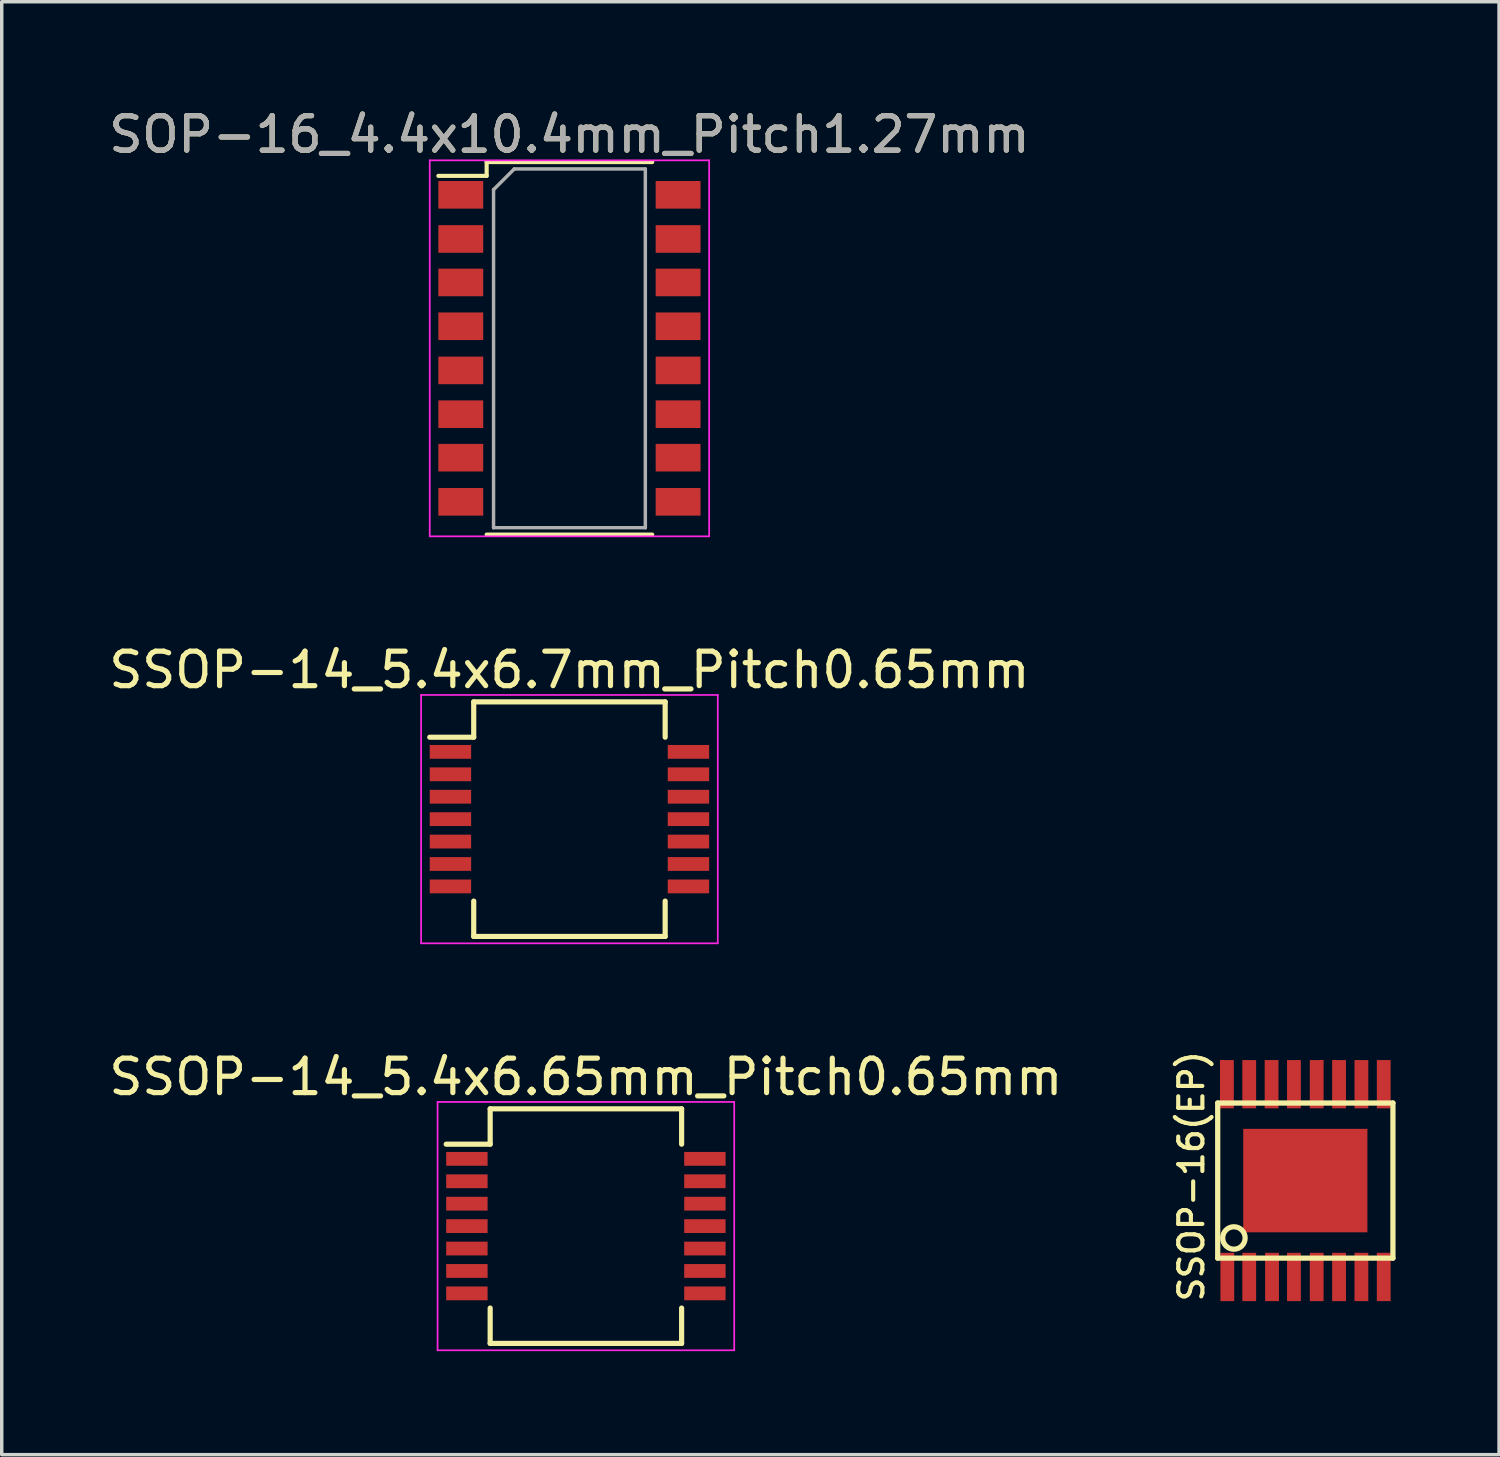
<source format=kicad_pcb>
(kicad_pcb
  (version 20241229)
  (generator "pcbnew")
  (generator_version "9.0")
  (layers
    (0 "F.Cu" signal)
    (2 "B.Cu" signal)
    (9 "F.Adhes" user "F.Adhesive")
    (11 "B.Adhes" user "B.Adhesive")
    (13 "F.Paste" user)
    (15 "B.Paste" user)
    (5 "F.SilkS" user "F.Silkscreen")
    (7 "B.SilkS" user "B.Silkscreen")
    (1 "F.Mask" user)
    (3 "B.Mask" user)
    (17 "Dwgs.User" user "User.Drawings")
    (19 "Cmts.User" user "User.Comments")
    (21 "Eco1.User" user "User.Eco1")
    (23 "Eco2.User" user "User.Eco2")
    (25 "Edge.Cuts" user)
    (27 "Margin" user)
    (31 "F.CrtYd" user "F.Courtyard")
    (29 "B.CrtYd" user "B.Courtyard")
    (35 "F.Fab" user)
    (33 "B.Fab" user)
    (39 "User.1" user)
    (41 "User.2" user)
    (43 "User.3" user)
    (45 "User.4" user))
  (footprint "SSOP-14_5.4x6.7mm_Pitch0.65mm"
    (layer "F.Cu")
    (at 13.458 20.697)
    (property "Reference" "SSOP-14_5.4x6.7mm_Pitch0.65mm" (at 0 -4.325 0) (layer "F.SilkS") (effects (font (size 1 1) (thickness 0.15))))
    (attr smd)
    (fp_line (start -2.775 -3.4) (end -2.775 -2.375) (stroke (width 0.15) (type solid)) (layer "F.SilkS"))
    (fp_line (start -2.775 -3.4) (end 2.775 -3.4) (stroke (width 0.15) (type solid)) (layer "F.SilkS"))
    (fp_line (start -2.775 -2.375) (end -4.05 -2.375) (stroke (width 0.15) (type solid)) (layer "F.SilkS"))
    (fp_line (start -2.775 3.4) (end -2.775 2.375) (stroke (width 0.15) (type solid)) (layer "F.SilkS"))
    (fp_line (start -2.775 3.4) (end 2.775 3.4) (stroke (width 0.15) (type solid)) (layer "F.SilkS"))
    (fp_line (start 2.775 -3.4) (end 2.775 -2.375) (stroke (width 0.15) (type solid)) (layer "F.SilkS"))
    (fp_line (start 2.775 3.4) (end 2.775 2.375) (stroke (width 0.15) (type solid)) (layer "F.SilkS"))
    (fp_line (start -4.3 -3.6) (end -4.3 3.6) (stroke (width 0.05) (type solid)) (layer "F.CrtYd"))
    (fp_line (start -4.3 -3.6) (end 4.3 -3.6) (stroke (width 0.05) (type solid)) (layer "F.CrtYd"))
    (fp_line (start -4.3 3.6) (end 4.3 3.6) (stroke (width 0.05) (type solid)) (layer "F.CrtYd"))
    (fp_line (start 4.3 -3.6) (end 4.3 3.6) (stroke (width 0.05) (type solid)) (layer "F.CrtYd"))
    (pad "1" smd rect (at -3.45 -1.95) (size 1.2 0.4) (layers "F.Cu" "F.Mask" "F.Paste"))
    (pad "2" smd rect (at -3.45 -1.3) (size 1.2 0.4) (layers "F.Cu" "F.Mask" "F.Paste"))
    (pad "3" smd rect (at -3.45 -0.65) (size 1.2 0.4) (layers "F.Cu" "F.Mask" "F.Paste"))
    (pad "4" smd rect (at -3.45 0) (size 1.2 0.4) (layers "F.Cu" "F.Mask" "F.Paste"))
    (pad "5" smd rect (at -3.45 0.65) (size 1.2 0.4) (layers "F.Cu" "F.Mask" "F.Paste"))
    (pad "6" smd rect (at -3.45 1.3) (size 1.2 0.4) (layers "F.Cu" "F.Mask" "F.Paste"))
    (pad "7" smd rect (at -3.45 1.95) (size 1.2 0.4) (layers "F.Cu" "F.Mask" "F.Paste"))
    (pad "8" smd rect (at 3.45 1.95) (size 1.2 0.4) (layers "F.Cu" "F.Mask" "F.Paste"))
    (pad "9" smd rect (at 3.45 1.3) (size 1.2 0.4) (layers "F.Cu" "F.Mask" "F.Paste"))
    (pad "10" smd rect (at 3.45 0.65) (size 1.2 0.4) (layers "F.Cu" "F.Mask" "F.Paste"))
    (pad "11" smd rect (at 3.45 0) (size 1.2 0.4) (layers "F.Cu" "F.Mask" "F.Paste"))
    (pad "12" smd rect (at 3.45 -0.65) (size 1.2 0.4) (layers "F.Cu" "F.Mask" "F.Paste"))
    (pad "13" smd rect (at 3.45 -1.3) (size 1.2 0.4) (layers "F.Cu" "F.Mask" "F.Paste"))
    (pad "14" smd rect (at 3.45 -1.95) (size 1.2 0.4) (layers "F.Cu" "F.Mask" "F.Paste")))
  (footprint "SSOP-16(EP)"
    (layer "F.Cu")
    (at 34.791 31.175)
    (property "Reference" "SSOP-16(EP)" (at -3.302 -0.127 90) (layer "F.SilkS") (effects (font (size 0.7 0.7) (thickness 0.12))))
    (attr smd)
    (fp_line (start -2.54 -2.248) (end -2.54 2.248) (stroke (width 0.152) (type solid)) (layer "F.SilkS"))
    (fp_line (start -2.54 2.248) (end 2.54 2.248) (stroke (width 0.152) (type solid)) (layer "F.SilkS"))
    (fp_line (start 2.54 -2.248) (end -2.54 -2.248) (stroke (width 0.152) (type solid)) (layer "F.SilkS"))
    (fp_line (start 2.54 2.248) (end 2.54 -2.248) (stroke (width 0.152) (type solid)) (layer "F.SilkS"))
    (fp_circle (center -2.07 1.664) (end -2.273 1.918) (stroke (width 0.152) (type solid)) (fill no) (layer "F.SilkS"))
    (pad "1" smd rect (at -2.261 2.794) (size 0.4 1.4) (layers "F.Cu" "F.Mask" "F.Paste"))
    (pad "2" smd rect (at -1.626 2.794) (size 0.4 1.4) (layers "F.Cu" "F.Mask" "F.Paste"))
    (pad "3" smd rect (at -0.965 2.794) (size 0.4 1.4) (layers "F.Cu" "F.Mask" "F.Paste"))
    (pad "4" smd rect (at -0.33 2.794) (size 0.4 1.4) (layers "F.Cu" "F.Mask" "F.Paste"))
    (pad "5" smd rect (at 0.33 2.794) (size 0.4 1.4) (layers "F.Cu" "F.Mask" "F.Paste"))
    (pad "6" smd rect (at 0.978 2.794) (size 0.4 1.4) (layers "F.Cu" "F.Mask" "F.Paste"))
    (pad "7" smd rect (at 1.626 2.794) (size 0.4 1.4) (layers "F.Cu" "F.Mask" "F.Paste"))
    (pad "8" smd rect (at 2.273 2.794) (size 0.4 1.4) (layers "F.Cu" "F.Mask" "F.Paste"))
    (pad "9" smd rect (at 2.273 -2.794) (size 0.4 1.4) (layers "F.Cu" "F.Mask" "F.Paste"))
    (pad "10" smd rect (at 1.626 -2.794) (size 0.4 1.4) (layers "F.Cu" "F.Mask" "F.Paste"))
    (pad "11" smd rect (at 0.978 -2.794) (size 0.4 1.4) (layers "F.Cu" "F.Mask" "F.Paste"))
    (pad "12" smd rect (at 0.33 -2.794) (size 0.4 1.4) (layers "F.Cu" "F.Mask" "F.Paste"))
    (pad "13" smd rect (at -0.33 -2.794) (size 0.4 1.4) (layers "F.Cu" "F.Mask" "F.Paste"))
    (pad "14" smd rect (at -0.978 -2.794) (size 0.4 1.4) (layers "F.Cu" "F.Mask" "F.Paste"))
    (pad "15" smd rect (at -1.626 -2.794) (size 0.4 1.4) (layers "F.Cu" "F.Mask" "F.Paste"))
    (pad "16" smd rect (at -2.273 -2.794) (size 0.4 1.4) (layers "F.Cu" "F.Mask" "F.Paste"))
    (pad "17" smd rect (at 0 0) (size 3.6 3) (layers "F.Cu" "F.Mask" "F.Paste")))
  (footprint "SSOP-14_5.4x6.65mm_Pitch0.65mm"
    (layer "F.Cu")
    (at 13.935 32.495)
    (property "Reference" "SSOP-14_5.4x6.65mm_Pitch0.65mm" (at 0 -4.325 0) (layer "F.SilkS") (effects (font (size 1 1) (thickness 0.15))))
    (attr smd)
    (fp_line (start -2.775 -3.4) (end -2.775 -2.375) (stroke (width 0.15) (type solid)) (layer "F.SilkS"))
    (fp_line (start -2.775 -3.4) (end 2.775 -3.4) (stroke (width 0.15) (type solid)) (layer "F.SilkS"))
    (fp_line (start -2.775 -2.375) (end -4.05 -2.375) (stroke (width 0.15) (type solid)) (layer "F.SilkS"))
    (fp_line (start -2.775 3.4) (end -2.775 2.375) (stroke (width 0.15) (type solid)) (layer "F.SilkS"))
    (fp_line (start -2.775 3.4) (end 2.775 3.4) (stroke (width 0.15) (type solid)) (layer "F.SilkS"))
    (fp_line (start 2.775 -3.4) (end 2.775 -2.375) (stroke (width 0.15) (type solid)) (layer "F.SilkS"))
    (fp_line (start 2.775 3.4) (end 2.775 2.375) (stroke (width 0.15) (type solid)) (layer "F.SilkS"))
    (fp_line (start -4.3 -3.6) (end -4.3 3.6) (stroke (width 0.05) (type solid)) (layer "F.CrtYd"))
    (fp_line (start -4.3 -3.6) (end 4.3 -3.6) (stroke (width 0.05) (type solid)) (layer "F.CrtYd"))
    (fp_line (start -4.3 3.6) (end 4.3 3.6) (stroke (width 0.05) (type solid)) (layer "F.CrtYd"))
    (fp_line (start 4.3 -3.6) (end 4.3 3.6) (stroke (width 0.05) (type solid)) (layer "F.CrtYd"))
    (pad "1" smd rect (at -3.45 -1.95) (size 1.2 0.4) (layers "F.Cu" "F.Mask" "F.Paste"))
    (pad "2" smd rect (at -3.45 -1.3) (size 1.2 0.4) (layers "F.Cu" "F.Mask" "F.Paste"))
    (pad "3" smd rect (at -3.45 -0.65) (size 1.2 0.4) (layers "F.Cu" "F.Mask" "F.Paste"))
    (pad "4" smd rect (at -3.45 0) (size 1.2 0.4) (layers "F.Cu" "F.Mask" "F.Paste"))
    (pad "5" smd rect (at -3.45 0.65) (size 1.2 0.4) (layers "F.Cu" "F.Mask" "F.Paste"))
    (pad "6" smd rect (at -3.45 1.3) (size 1.2 0.4) (layers "F.Cu" "F.Mask" "F.Paste"))
    (pad "7" smd rect (at -3.45 1.95) (size 1.2 0.4) (layers "F.Cu" "F.Mask" "F.Paste"))
    (pad "8" smd rect (at 3.45 1.95) (size 1.2 0.4) (layers "F.Cu" "F.Mask" "F.Paste"))
    (pad "9" smd rect (at 3.45 1.3) (size 1.2 0.4) (layers "F.Cu" "F.Mask" "F.Paste"))
    (pad "10" smd rect (at 3.45 0.65) (size 1.2 0.4) (layers "F.Cu" "F.Mask" "F.Paste"))
    (pad "11" smd rect (at 3.45 0) (size 1.2 0.4) (layers "F.Cu" "F.Mask" "F.Paste"))
    (pad "12" smd rect (at 3.45 -0.65) (size 1.2 0.4) (layers "F.Cu" "F.Mask" "F.Paste"))
    (pad "13" smd rect (at 3.45 -1.3) (size 1.2 0.4) (layers "F.Cu" "F.Mask" "F.Paste"))
    (pad "14" smd rect (at 3.45 -1.95) (size 1.2 0.4) (layers "F.Cu" "F.Mask" "F.Paste")))
  (footprint "SOP-16_4.4x10.4mm_Pitch1.27mm"
    (layer "F.Cu")
    (at 13.458 7.048)
    (property "Reference" "SOP-16_4.4x10.4mm_Pitch1.27mm" (at 0 -6.2 0) (layer "F.SilkS") (effects (font (size 1 1) (thickness 0.15))))
    (attr smd)
    (fp_line (start -2.4 -5.4) (end -2.4 -5) (stroke (width 0.12) (type solid)) (layer "F.SilkS"))
    (fp_line (start -2.4 -5.4) (end 2.4 -5.4) (stroke (width 0.12) (type solid)) (layer "F.SilkS"))
    (fp_line (start -2.4 -5) (end -3.8 -5) (stroke (width 0.12) (type solid)) (layer "F.SilkS"))
    (fp_line (start -2.4 5.4) (end 2.4 5.4) (stroke (width 0.12) (type solid)) (layer "F.SilkS"))
    (fp_line (start -4.05 -5.45) (end -4.05 5.45) (stroke (width 0.05) (type solid)) (layer "F.CrtYd"))
    (fp_line (start -4.05 -5.45) (end 4.05 -5.45) (stroke (width 0.05) (type solid)) (layer "F.CrtYd"))
    (fp_line (start 4.05 5.45) (end -4.05 5.45) (stroke (width 0.05) (type solid)) (layer "F.CrtYd"))
    (fp_line (start 4.05 5.45) (end 4.05 -5.45) (stroke (width 0.05) (type solid)) (layer "F.CrtYd"))
    (fp_line (start -2.2 -4.6) (end -1.6 -5.2) (stroke (width 0.1) (type solid)) (layer "F.Fab"))
    (fp_line (start -2.2 5.2) (end -2.2 -4.6) (stroke (width 0.1) (type solid)) (layer "F.Fab"))
    (fp_line (start -1.6 -5.2) (end 2.2 -5.2) (stroke (width 0.1) (type solid)) (layer "F.Fab"))
    (fp_line (start 2.2 -5.2) (end 2.2 5.2) (stroke (width 0.1) (type solid)) (layer "F.Fab"))
    (fp_line (start 2.2 5.2) (end -2.2 5.2) (stroke (width 0.1) (type solid)) (layer "F.Fab"))
    (fp_text user "${REFERENCE}" (at 0 -6.2 0) (layer "F.Fab") (effects (font (size 1 1) (thickness 0.15))))
    (pad "1" smd rect (at -3.15 -4.45) (size 1.3 0.8) (layers "F.Cu" "F.Mask" "F.Paste"))
    (pad "2" smd rect (at -3.15 -3.17) (size 1.3 0.8) (layers "F.Cu" "F.Mask" "F.Paste"))
    (pad "3" smd rect (at -3.15 -1.91) (size 1.3 0.8) (layers "F.Cu" "F.Mask" "F.Paste"))
    (pad "4" smd rect (at -3.15 -0.64) (size 1.3 0.8) (layers "F.Cu" "F.Mask" "F.Paste"))
    (pad "5" smd rect (at -3.15 0.64) (size 1.3 0.8) (layers "F.Cu" "F.Mask" "F.Paste"))
    (pad "6" smd rect (at -3.15 1.91) (size 1.3 0.8) (layers "F.Cu" "F.Mask" "F.Paste"))
    (pad "7" smd rect (at -3.15 3.17) (size 1.3 0.8) (layers "F.Cu" "F.Mask" "F.Paste"))
    (pad "8" smd rect (at -3.15 4.45) (size 1.3 0.8) (layers "F.Cu" "F.Mask" "F.Paste"))
    (pad "9" smd rect (at 3.15 4.45) (size 1.3 0.8) (layers "F.Cu" "F.Mask" "F.Paste"))
    (pad "10" smd rect (at 3.15 3.17) (size 1.3 0.8) (layers "F.Cu" "F.Mask" "F.Paste"))
    (pad "11" smd rect (at 3.15 1.91) (size 1.3 0.8) (layers "F.Cu" "F.Mask" "F.Paste"))
    (pad "12" smd rect (at 3.15 0.64) (size 1.3 0.8) (layers "F.Cu" "F.Mask" "F.Paste"))
    (pad "13" smd rect (at 3.15 -0.64) (size 1.3 0.8) (layers "F.Cu" "F.Mask" "F.Paste"))
    (pad "14" smd rect (at 3.15 -1.91) (size 1.3 0.8) (layers "F.Cu" "F.Mask" "F.Paste"))
    (pad "15" smd rect (at 3.15 -3.17) (size 1.3 0.8) (layers "F.Cu" "F.Mask" "F.Paste"))
    (pad "16" smd rect (at 3.15 -4.45) (size 1.3 0.8) (layers "F.Cu" "F.Mask" "F.Paste")))
  (gr_rect
    (start -3 -3)
    (end 40.407 39.12)
    (stroke (width 0.1) (type default))
    (fill no)
    (layer "Edge.Cuts")))
</source>
